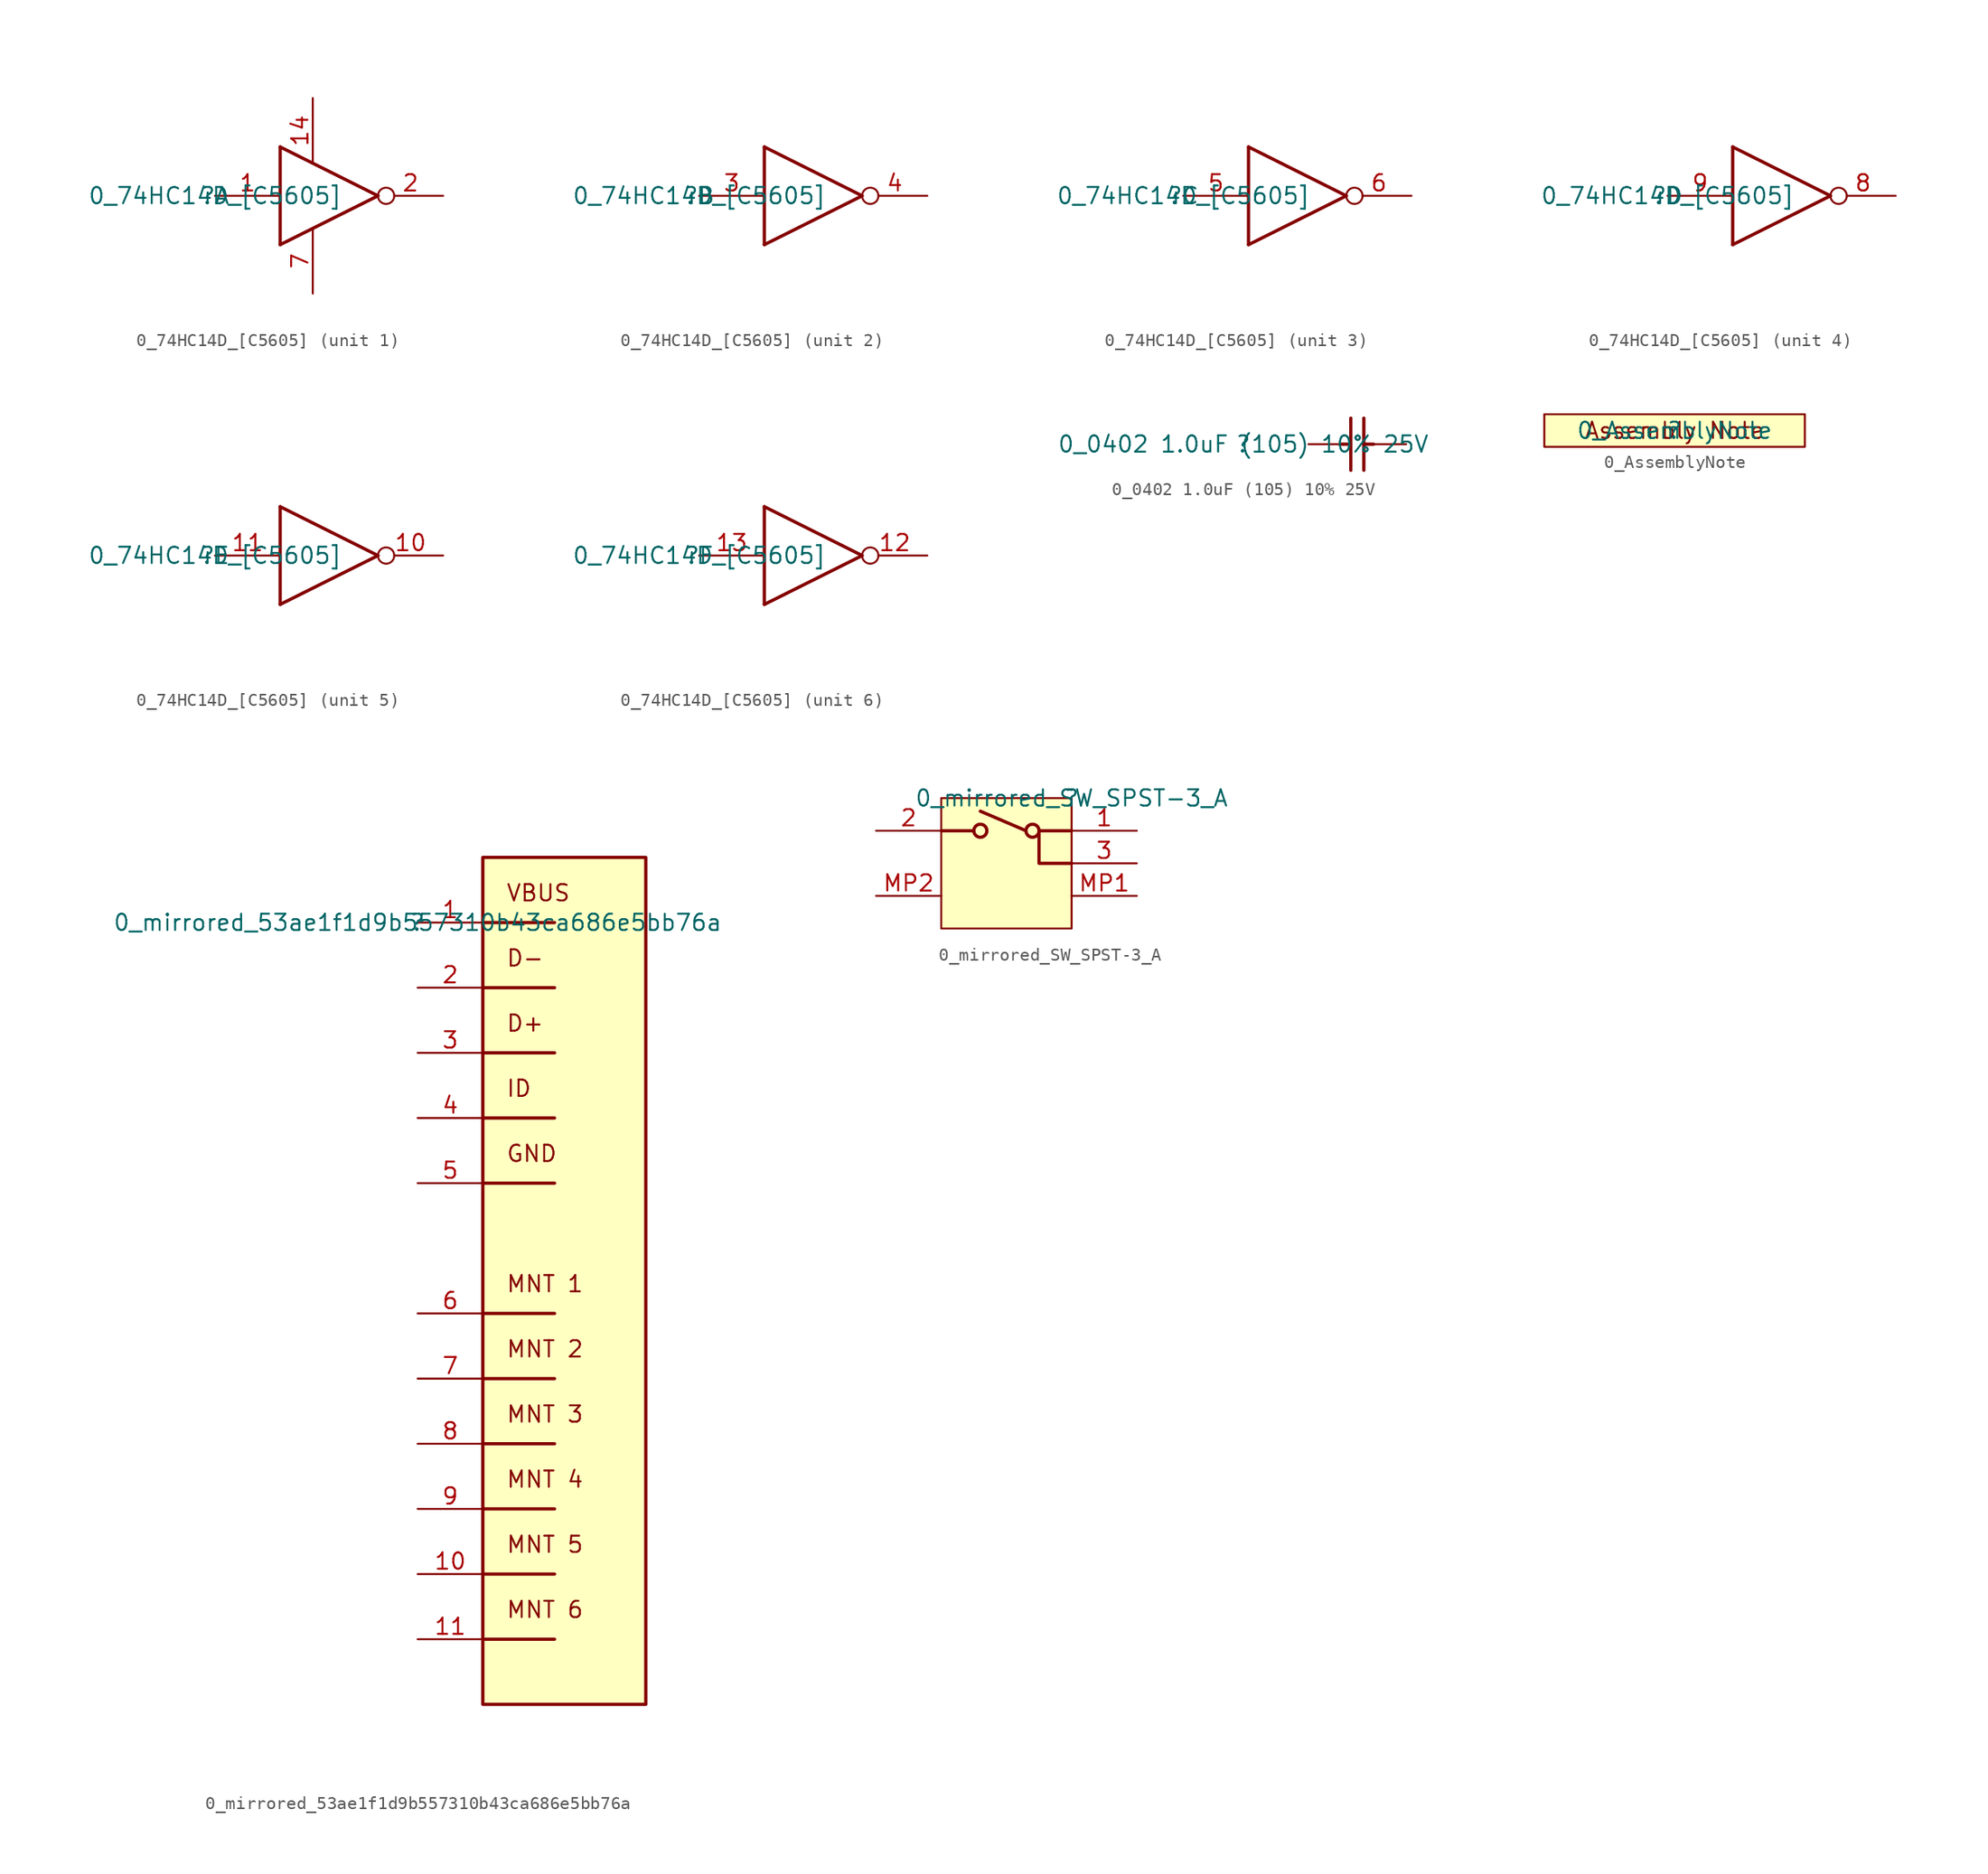
<source format=kicad_sym>
(kicad_symbol_lib
  (version 20211014)
  (generator kicad_symbol_editor)
  (symbol "0_74HC14D_[C5605]"
    (property "Reference" ""
      (at 0 0 0)
      (effects (font (size 1.27 1.27))))
    (property "Value" "0_74HC14D_[C5605]"
      (at 0 0 0)
      (effects (font (size 1.27 1.27))))
    (symbol "0_74HC14D_[C5605]_-1_0"
      (pin power_in line (at 17.78 7.62 180) (length 7.62) (name "VDD" (effects (font (size 1.27 1.27)))) (number "14" (effects (font (size 1.27 1.27)))))
      (pin power_in line (at 0 -7.62 0) (length 7.62) (name "GND" (effects (font (size 1.27 1.27)))) (number "7" (effects (font (size 1.27 1.27))))))
    (symbol "0_74HC14D_[C5605]_1_0"
      (polyline (pts (xy 5.08 -3.81) (xy 5.08 3.81)) (stroke (width 0.254) (type default) (color 0 0 0 0)) (fill (type none)))
      (polyline (pts (xy 5.08 -3.81) (xy 12.7 0)) (stroke (width 0.254) (type default) (color 0 0 0 0)) (fill (type none)))
      (polyline (pts (xy 5.08 3.81) (xy 12.7 0)) (stroke (width 0.254) (type default) (color 0 0 0 0)) (fill (type none)))
      (pin input line (at 0 0 0) (length 5.08) (name "A" (effects (font (size 0 0)))) (number "1" (effects (font (size 1.27 1.27)))))
      (pin power_in line (at 7.62 7.62 270) (length 5.08) (name "VCC" (effects (font (size 0 0)))) (number "14" (effects (font (size 1.27 1.27)))))
      (pin output inverted (at 17.78 0 180) (length 5.08) (name "Y" (effects (font (size 0 0)))) (number "2" (effects (font (size 1.27 1.27)))))
      (pin power_in line (at 7.62 -7.62 90) (length 5.08) (name "GND" (effects (font (size 0 0)))) (number "7" (effects (font (size 1.27 1.27))))))
    (symbol "0_74HC14D_[C5605]_2_0"
      (polyline (pts (xy 5.08 -3.81) (xy 5.08 3.81)) (stroke (width 0.254) (type default) (color 0 0 0 0)) (fill (type none)))
      (polyline (pts (xy 5.08 -3.81) (xy 12.7 0)) (stroke (width 0.254) (type default) (color 0 0 0 0)) (fill (type none)))
      (polyline (pts (xy 5.08 3.81) (xy 12.7 0)) (stroke (width 0.254) (type default) (color 0 0 0 0)) (fill (type none)))
      (pin input line (at 0 0 0) (length 5.08) (name "A" (effects (font (size 0 0)))) (number "3" (effects (font (size 1.27 1.27)))))
      (pin output inverted (at 17.78 0 180) (length 5.08) (name "Y" (effects (font (size 0 0)))) (number "4" (effects (font (size 1.27 1.27))))))
    (symbol "0_74HC14D_[C5605]_3_0"
      (polyline (pts (xy 5.08 -3.81) (xy 5.08 3.81)) (stroke (width 0.254) (type default) (color 0 0 0 0)) (fill (type none)))
      (polyline (pts (xy 5.08 -3.81) (xy 12.7 0)) (stroke (width 0.254) (type default) (color 0 0 0 0)) (fill (type none)))
      (polyline (pts (xy 5.08 3.81) (xy 12.7 0)) (stroke (width 0.254) (type default) (color 0 0 0 0)) (fill (type none)))
      (pin input line (at 0 0 0) (length 5.08) (name "A" (effects (font (size 0 0)))) (number "5" (effects (font (size 1.27 1.27)))))
      (pin output inverted (at 17.78 0 180) (length 5.08) (name "Y" (effects (font (size 0 0)))) (number "6" (effects (font (size 1.27 1.27))))))
    (symbol "0_74HC14D_[C5605]_4_0"
      (polyline (pts (xy 5.08 -3.81) (xy 5.08 3.81)) (stroke (width 0.254) (type default) (color 0 0 0 0)) (fill (type none)))
      (polyline (pts (xy 5.08 -3.81) (xy 12.7 0)) (stroke (width 0.254) (type default) (color 0 0 0 0)) (fill (type none)))
      (polyline (pts (xy 5.08 3.81) (xy 12.7 0)) (stroke (width 0.254) (type default) (color 0 0 0 0)) (fill (type none)))
      (pin output inverted (at 17.78 0 180) (length 5.08) (name "Y" (effects (font (size 0 0)))) (number "8" (effects (font (size 1.27 1.27)))))
      (pin input line (at 0 0 0) (length 5.08) (name "A" (effects (font (size 0 0)))) (number "9" (effects (font (size 1.27 1.27))))))
    (symbol "0_74HC14D_[C5605]_5_0"
      (polyline (pts (xy 5.08 -3.81) (xy 5.08 3.81)) (stroke (width 0.254) (type default) (color 0 0 0 0)) (fill (type none)))
      (polyline (pts (xy 5.08 -3.81) (xy 12.7 0)) (stroke (width 0.254) (type default) (color 0 0 0 0)) (fill (type none)))
      (polyline (pts (xy 5.08 3.81) (xy 12.7 0)) (stroke (width 0.254) (type default) (color 0 0 0 0)) (fill (type none)))
      (pin output inverted (at 17.78 0 180) (length 5.08) (name "Y" (effects (font (size 0 0)))) (number "10" (effects (font (size 1.27 1.27)))))
      (pin input line (at 0 0 0) (length 5.08) (name "A" (effects (font (size 0 0)))) (number "11" (effects (font (size 1.27 1.27))))))
    (symbol "0_74HC14D_[C5605]_6_0"
      (polyline (pts (xy 5.08 -3.81) (xy 5.08 3.81)) (stroke (width 0.254) (type default) (color 0 0 0 0)) (fill (type none)))
      (polyline (pts (xy 5.08 -3.81) (xy 12.7 0)) (stroke (width 0.254) (type default) (color 0 0 0 0)) (fill (type none)))
      (polyline (pts (xy 5.08 3.81) (xy 12.7 0)) (stroke (width 0.254) (type default) (color 0 0 0 0)) (fill (type none)))
      (pin output inverted (at 17.78 0 180) (length 5.08) (name "Y" (effects (font (size 0 0)))) (number "12" (effects (font (size 1.27 1.27)))))
      (pin input line (at 0 0 0) (length 5.08) (name "A" (effects (font (size 0 0)))) (number "13" (effects (font (size 1.27 1.27)))))))
  (symbol "0_0402 1.0uF (105) 10% 25V"
    (property "Reference" ""
      (at 0 0 0)
      (effects (font (size 1.27 1.27))))
    (property "Value" "0_0402 1.0uF (105) 10% 25V"
      (at 0 0 0)
      (effects (font (size 1.27 1.27))))
    (symbol "0_0402 1.0uF (105) 10% 25V_1_0"
      (polyline (pts (xy 7.62 0) (xy 8.382 0)) (stroke (width 0.254) (type default) (color 0 0 0 0)) (fill (type none)))
      (polyline (pts (xy 8.382 -2.032) (xy 8.382 2.032)) (stroke (width 0.254) (type default) (color 0 0 0 0)) (fill (type none)))
      (polyline (pts (xy 9.398 2.032) (xy 9.398 -2.032)) (stroke (width 0.254) (type default) (color 0 0 0 0)) (fill (type none)))
      (polyline (pts (xy 10.16 0) (xy 9.398 0)) (stroke (width 0.254) (type default) (color 0 0 0 0)) (fill (type none)))
      (pin passive line (at 5.08 0 0) (length 2.54) (name "1" (effects (font (size 0 0)))) (number "1" (effects (font (size 0 0)))))
      (pin passive line (at 12.7 0 180) (length 2.54) (name "2" (effects (font (size 0 0)))) (number "2" (effects (font (size 0 0)))))))
  (symbol "0_AssemblyNote"
    (property "Reference" ""
      (at 0 0 0)
      (effects (font (size 1.27 1.27))))
    (property "Value" "0_AssemblyNote"
      (at 0 0 0)
      (effects (font (size 1.27 1.27))))
    (symbol "0_AssemblyNote_1_0"
      (rectangle (start 10.16 1.27) (end -10.16 -1.27) (stroke (width 0) (type default) (color 0 0 0 0)) (fill (type background)))
      (text "Assembly Note" (at 0 0 0) (effects (font (size 1.27 1.27))))))
  (symbol "0_mirrored_53ae1f1d9b557310b43ca686e5bb76a"
    (property "Reference" ""
      (at 0 0 0)
      (effects (font (size 1.27 1.27))))
    (property "Value" "0_mirrored_53ae1f1d9b557310b43ca686e5bb76a"
      (at 0 0 0)
      (effects (font (size 1.27 1.27))))
    (symbol "0_mirrored_53ae1f1d9b557310b43ca686e5bb76a_1_0"
      (polyline (pts (xy 10.668 -55.88) (xy 5.08 -55.88)) (stroke (width 0.254) (type default) (color 0 0 0 0)) (fill (type none)))
      (polyline (pts (xy 10.668 -50.8) (xy 5.08 -50.8)) (stroke (width 0.254) (type default) (color 0 0 0 0)) (fill (type none)))
      (polyline (pts (xy 10.668 -45.72) (xy 5.08 -45.72)) (stroke (width 0.254) (type default) (color 0 0 0 0)) (fill (type none)))
      (polyline (pts (xy 10.668 -40.64) (xy 5.08 -40.64)) (stroke (width 0.254) (type default) (color 0 0 0 0)) (fill (type none)))
      (polyline (pts (xy 10.668 -35.56) (xy 5.08 -35.56)) (stroke (width 0.254) (type default) (color 0 0 0 0)) (fill (type none)))
      (polyline (pts (xy 10.668 -30.48) (xy 5.08 -30.48)) (stroke (width 0.254) (type default) (color 0 0 0 0)) (fill (type none)))
      (polyline (pts (xy 10.668 -20.32) (xy 5.08 -20.32)) (stroke (width 0.254) (type default) (color 0 0 0 0)) (fill (type none)))
      (polyline (pts (xy 10.668 -15.24) (xy 5.08 -15.24)) (stroke (width 0.254) (type default) (color 0 0 0 0)) (fill (type none)))
      (polyline (pts (xy 10.668 -10.16) (xy 5.08 -10.16)) (stroke (width 0.254) (type default) (color 0 0 0 0)) (fill (type none)))
      (polyline (pts (xy 10.668 -5.08) (xy 5.08 -5.08)) (stroke (width 0.254) (type default) (color 0 0 0 0)) (fill (type none)))
      (polyline (pts (xy 10.668 0) (xy 5.08 0)) (stroke (width 0.254) (type default) (color 0 0 0 0)) (fill (type none)))
      (rectangle (start 17.78 5.08) (end 5.08 -60.96) (stroke (width 0.254) (type default) (color 0 0 0 0)) (fill (type background)))
      (text "D+" (at 6.858 -7.112 0) (effects (font (size 1.27 1.27)) (justify left top)))
      (text "D-" (at 6.858 -2.032 0) (effects (font (size 1.27 1.27)) (justify left top)))
      (text "GND" (at 6.858 -17.272 0) (effects (font (size 1.27 1.27)) (justify left top)))
      (text "ID" (at 6.858 -12.192 0) (effects (font (size 1.27 1.27)) (justify left top)))
      (text "MNT 1" (at 6.858 -27.432 0) (effects (font (size 1.27 1.27)) (justify left top)))
      (text "MNT 2" (at 6.858 -32.512 0) (effects (font (size 1.27 1.27)) (justify left top)))
      (text "MNT 3" (at 6.858 -37.592 0) (effects (font (size 1.27 1.27)) (justify left top)))
      (text "MNT 4" (at 6.858 -42.672 0) (effects (font (size 1.27 1.27)) (justify left top)))
      (text "MNT 5" (at 6.858 -47.752 0) (effects (font (size 1.27 1.27)) (justify left top)))
      (text "MNT 6" (at 6.858 -52.832 0) (effects (font (size 1.27 1.27)) (justify left top)))
      (text "VBUS" (at 6.858 3.048 0) (effects (font (size 1.27 1.27)) (justify left top)))
      (pin power_in line (at 0 0 0) (length 5.08) (name "VBUS" (effects (font (size 0 0)))) (number "1" (effects (font (size 1.27 1.27)))))
      (pin passive line (at 0 -50.8 0) (length 5.08) (name "MNT_5" (effects (font (size 0 0)))) (number "10" (effects (font (size 1.27 1.27)))))
      (pin passive line (at 0 -55.88 0) (length 5.08) (name "MNT_6" (effects (font (size 0 0)))) (number "11" (effects (font (size 1.27 1.27)))))
      (pin bidirectional line (at 0 -5.08 0) (length 5.08) (name "D-" (effects (font (size 0 0)))) (number "2" (effects (font (size 1.27 1.27)))))
      (pin bidirectional line (at 0 -10.16 0) (length 5.08) (name "D+" (effects (font (size 0 0)))) (number "3" (effects (font (size 1.27 1.27)))))
      (pin passive line (at 0 -15.24 0) (length 5.08) (name "ID" (effects (font (size 0 0)))) (number "4" (effects (font (size 1.27 1.27)))))
      (pin power_in line (at 0 -20.32 0) (length 5.08) (name "GND" (effects (font (size 0 0)))) (number "5" (effects (font (size 1.27 1.27)))))
      (pin passive line (at 0 -30.48 0) (length 5.08) (name "MNT_1" (effects (font (size 0 0)))) (number "6" (effects (font (size 1.27 1.27)))))
      (pin passive line (at 0 -35.56 0) (length 5.08) (name "MNT_2" (effects (font (size 0 0)))) (number "7" (effects (font (size 1.27 1.27)))))
      (pin passive line (at 0 -40.64 0) (length 5.08) (name "MNT_3" (effects (font (size 0 0)))) (number "8" (effects (font (size 1.27 1.27)))))
      (pin passive line (at 0 -45.72 0) (length 5.08) (name "MNT_4" (effects (font (size 0 0)))) (number "9" (effects (font (size 1.27 1.27)))))))
  (symbol "0_mirrored_SW_SPST-3_A"
    (property "Reference" ""
      (at 0 0 0)
      (effects (font (size 1.27 1.27))))
    (property "Value" "0_mirrored_SW_SPST-3_A"
      (at 0 0 0)
      (effects (font (size 1.27 1.27))))
    (symbol "0_mirrored_SW_SPST-3_A_1_0"
      (circle (center -7.112 -2.54) (radius 0.508) (stroke (width 0.254) (type default) (color 0 0 0 0)) (fill (type none)))
      (circle (center -3.048 -2.54) (radius 0.508) (stroke (width 0.254) (type default) (color 0 0 0 0)) (fill (type none)))
      (rectangle (start 0 0) (end -10.16 -10.16) (stroke (width 0) (type default) (color 0 0 0 0)) (fill (type background)))
      (polyline (pts (xy -7.62 -2.54) (xy -10.16 -2.54)) (stroke (width 0.254) (type default) (color 0 0 0 0)) (fill (type none)))
      (polyline (pts (xy -3.556 -2.54) (xy -7.112 -1.016)) (stroke (width 0.254) (type default) (color 0 0 0 0)) (fill (type none)))
      (polyline (pts (xy 0 -2.54) (xy -2.54 -2.54)) (stroke (width 0.254) (type default) (color 0 0 0 0)) (fill (type none)))
      (polyline (pts (xy -2.54 -2.54) (xy -2.54 -5.08) (xy 0 -5.08)) (stroke (width 0.254) (type default) (color 0 0 0 0)) (fill (type none)))
      (pin passive line (at 5.08 -2.54 180) (length 5.08) (name "1" (effects (font (size 0 0)))) (number "1" (effects (font (size 1.27 1.27)))))
      (pin passive line (at -15.24 -2.54 0) (length 5.08) (name "2" (effects (font (size 0 0)))) (number "2" (effects (font (size 1.27 1.27)))))
      (pin passive line (at 5.08 -5.08 180) (length 5.08) (name "3" (effects (font (size 0 0)))) (number "3" (effects (font (size 1.27 1.27)))))
      (pin passive line (at 5.08 -7.62 180) (length 5.08) (name "MP1" (effects (font (size 0 0)))) (number "MP1" (effects (font (size 1.27 1.27)))))
      (pin passive line (at -15.24 -7.62 0) (length 5.08) (name "MP2" (effects (font (size 0 0)))) (number "MP2" (effects (font (size 1.27 1.27))))))))
</source>
